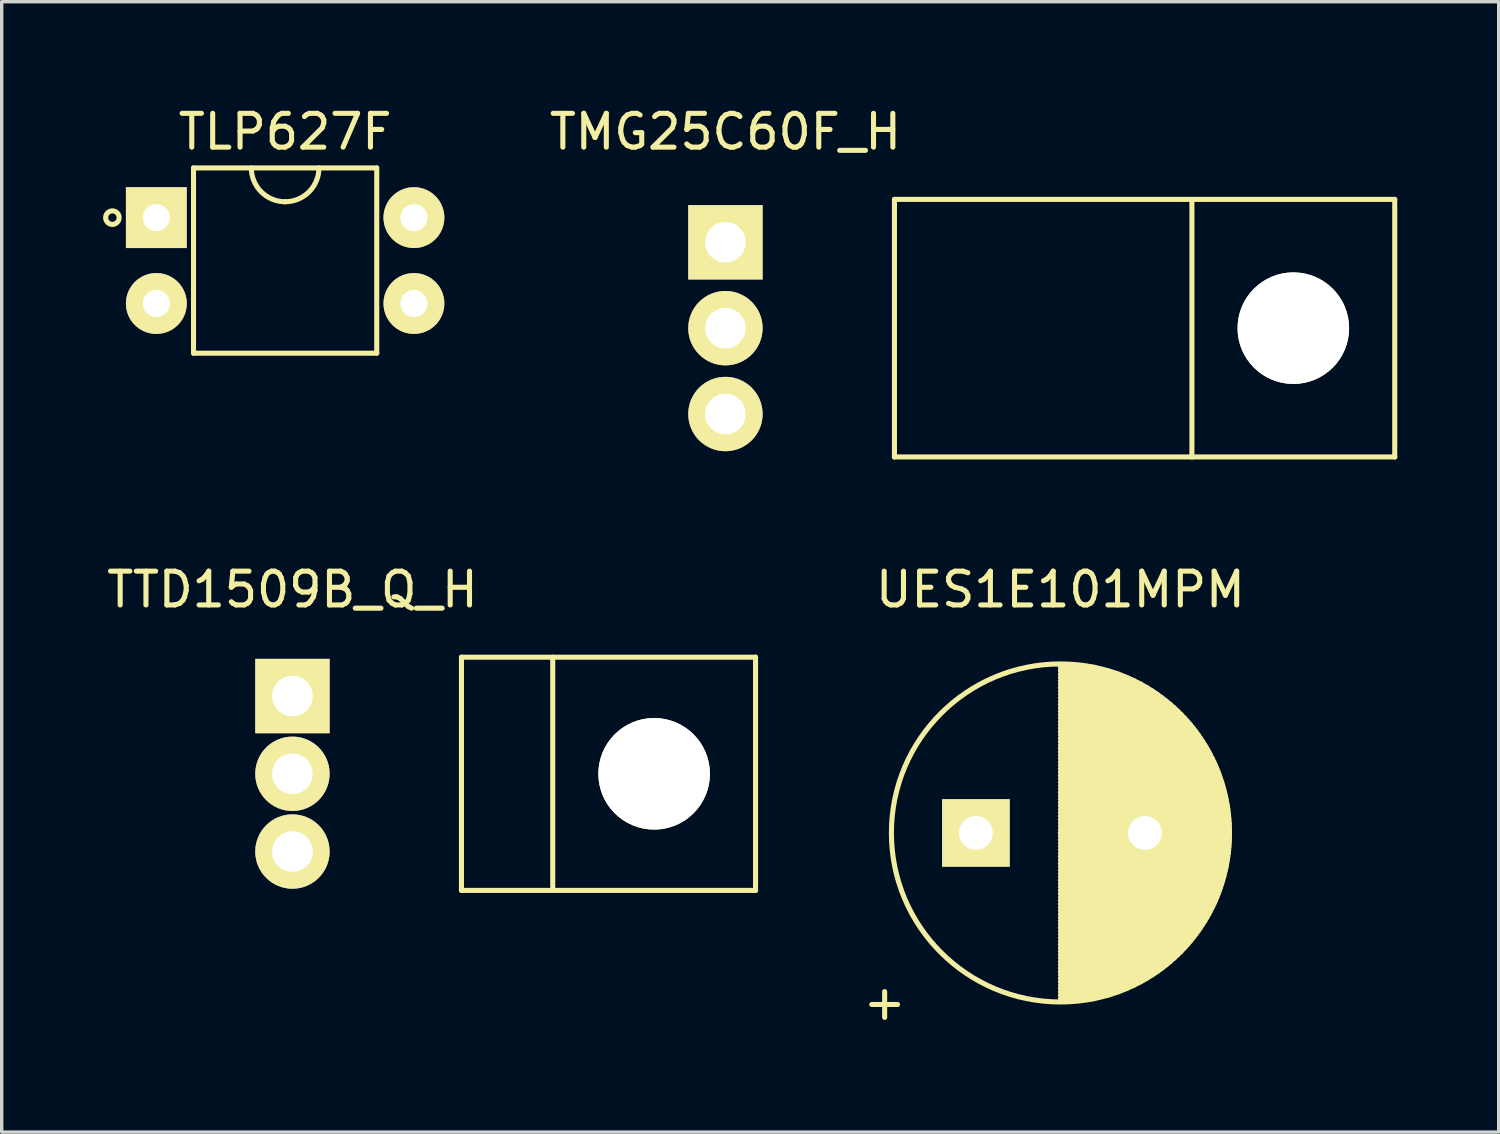
<source format=kicad_pcb>
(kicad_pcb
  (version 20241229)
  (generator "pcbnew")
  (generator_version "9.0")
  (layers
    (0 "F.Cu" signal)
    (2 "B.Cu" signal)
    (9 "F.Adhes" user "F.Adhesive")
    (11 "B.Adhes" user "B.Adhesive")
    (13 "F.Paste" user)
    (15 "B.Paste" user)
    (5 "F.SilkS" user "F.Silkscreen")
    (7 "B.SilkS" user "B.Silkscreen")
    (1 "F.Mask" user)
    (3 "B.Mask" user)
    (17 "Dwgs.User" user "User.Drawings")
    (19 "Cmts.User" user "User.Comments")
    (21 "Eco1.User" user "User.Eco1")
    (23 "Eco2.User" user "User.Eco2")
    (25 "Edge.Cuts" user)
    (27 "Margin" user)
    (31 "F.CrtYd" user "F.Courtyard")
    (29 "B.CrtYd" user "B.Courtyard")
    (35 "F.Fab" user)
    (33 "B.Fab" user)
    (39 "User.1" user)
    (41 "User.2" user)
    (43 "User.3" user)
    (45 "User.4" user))
  (footprint "TLP627F"
    (layer "F.Cu")
    (at 1.575 3.388)
    (property "Reference" "TLP627F" (at 3.81 -2.54 0) (layer "F.SilkS") (effects (font (size 1 1) (thickness 0.15))))
    (attr through_hole)
    (fp_line (start 1.1 -1.47) (end 6.52 -1.47) (stroke (width 0.15) (type solid)) (layer "F.SilkS"))
    (fp_line (start 1.1 4.01) (end 1.1 -1.47) (stroke (width 0.15) (type solid)) (layer "F.SilkS"))
    (fp_line (start 6.52 -1.47) (end 6.52 4.01) (stroke (width 0.15) (type solid)) (layer "F.SilkS"))
    (fp_line (start 6.52 4.01) (end 1.1 4.01) (stroke (width 0.15) (type solid)) (layer "F.SilkS"))
    (fp_arc (start 3.81 -0.47) (mid 3.102893 -0.762893) (end 2.81 -1.47) (stroke (width 0.15) (type solid)) (layer "F.SilkS"))
    (fp_arc (start 4.81 -1.47) (mid 4.517107 -0.762893) (end 3.81 -0.47) (stroke (width 0.15) (type solid)) (layer "F.SilkS"))
    (fp_circle (center -1.3 0) (end -1.3 0.2) (stroke (width 0.15) (type solid)) (fill no) (layer "F.SilkS"))
    (pad "1" thru_hole rect (at 0 0) (size 1.8 1.8) (drill 0.8) (layers "*.Cu" "*.Mask" "F.SilkS"))
    (pad "2" thru_hole circle (at 0 2.54) (size 1.8 1.8) (drill 0.8) (layers "*.Cu" "*.Mask" "F.SilkS"))
    (pad "3" thru_hole circle (at 7.62 2.54) (size 1.8 1.8) (drill 0.8) (layers "*.Cu" "*.Mask" "F.SilkS"))
    (pad "4" thru_hole circle (at 7.62 0) (size 1.8 1.8) (drill 0.8) (layers "*.Cu" "*.Mask" "F.SilkS")))
  (footprint "UES1E101MPM"
    (layer "F.Cu")
    (at 25.82 21.591)
    (property "Reference" "UES1E101MPM" (at 2.5 -7.2 0) (layer "F.SilkS") (effects (font (size 1 1) (thickness 0.15))))
    (attr through_hole)
    (fp_line (start 2.5 -4.9) (end 3.495 -4.9) (stroke (width 0.15) (type solid)) (layer "F.SilkS"))
    (fp_line (start 2.5 -4.8) (end 3.9 -4.8) (stroke (width 0.15) (type solid)) (layer "F.SilkS"))
    (fp_line (start 2.5 -4.7) (end 4.206 -4.7) (stroke (width 0.15) (type solid)) (layer "F.SilkS"))
    (fp_line (start 2.5 -4.6) (end 4.46 -4.6) (stroke (width 0.15) (type solid)) (layer "F.SilkS"))
    (fp_line (start 2.5 -4.5) (end 4.679 -4.5) (stroke (width 0.15) (type solid)) (layer "F.SilkS"))
    (fp_line (start 2.5 -4.4) (end 4.875 -4.4) (stroke (width 0.15) (type solid)) (layer "F.SilkS"))
    (fp_line (start 2.5 -4.3) (end 5.051 -4.3) (stroke (width 0.15) (type solid)) (layer "F.SilkS"))
    (fp_line (start 2.5 -4.2) (end 5.213 -4.2) (stroke (width 0.15) (type solid)) (layer "F.SilkS"))
    (fp_line (start 2.5 -4.1) (end 5.362 -4.1) (stroke (width 0.15) (type solid)) (layer "F.SilkS"))
    (fp_line (start 2.5 -4) (end 5.5 -4) (stroke (width 0.15) (type solid)) (layer "F.SilkS"))
    (fp_line (start 2.5 -3.9) (end 5.629 -3.9) (stroke (width 0.15) (type solid)) (layer "F.SilkS"))
    (fp_line (start 2.5 -3.8) (end 5.75 -3.8) (stroke (width 0.15) (type solid)) (layer "F.SilkS"))
    (fp_line (start 2.5 -3.7) (end 5.863 -3.7) (stroke (width 0.15) (type solid)) (layer "F.SilkS"))
    (fp_line (start 2.5 -3.6) (end 5.97 -3.6) (stroke (width 0.15) (type solid)) (layer "F.SilkS"))
    (fp_line (start 2.5 -3.5) (end 6.071 -3.5) (stroke (width 0.15) (type solid)) (layer "F.SilkS"))
    (fp_line (start 2.5 -3.4) (end 6.166 -3.4) (stroke (width 0.15) (type solid)) (layer "F.SilkS"))
    (fp_line (start 2.5 -3.3) (end 6.256 -3.3) (stroke (width 0.15) (type solid)) (layer "F.SilkS"))
    (fp_line (start 2.5 -3.2) (end 6.342 -3.2) (stroke (width 0.15) (type solid)) (layer "F.SilkS"))
    (fp_line (start 2.5 -3.1) (end 6.423 -3.1) (stroke (width 0.15) (type solid)) (layer "F.SilkS"))
    (fp_line (start 2.5 -3) (end 6.5 -3) (stroke (width 0.15) (type solid)) (layer "F.SilkS"))
    (fp_line (start 2.5 -2.9) (end 6.573 -2.9) (stroke (width 0.15) (type solid)) (layer "F.SilkS"))
    (fp_line (start 2.5 -2.8) (end 6.642 -2.8) (stroke (width 0.15) (type solid)) (layer "F.SilkS"))
    (fp_line (start 2.5 -2.7) (end 6.708 -2.7) (stroke (width 0.15) (type solid)) (layer "F.SilkS"))
    (fp_line (start 2.5 -2.6) (end 6.771 -2.6) (stroke (width 0.15) (type solid)) (layer "F.SilkS"))
    (fp_line (start 2.5 -2.5) (end 6.83 -2.5) (stroke (width 0.15) (type solid)) (layer "F.SilkS"))
    (fp_line (start 2.5 -2.4) (end 6.886 -2.4) (stroke (width 0.15) (type solid)) (layer "F.SilkS"))
    (fp_line (start 2.5 -2.3) (end 6.94 -2.3) (stroke (width 0.15) (type solid)) (layer "F.SilkS"))
    (fp_line (start 2.5 -2.2) (end 6.99 -2.2) (stroke (width 0.15) (type solid)) (layer "F.SilkS"))
    (fp_line (start 2.5 -2.1) (end 7.038 -2.1) (stroke (width 0.15) (type solid)) (layer "F.SilkS"))
    (fp_line (start 2.5 -2) (end 7.083 -2) (stroke (width 0.15) (type solid)) (layer "F.SilkS"))
    (fp_line (start 2.5 -1.9) (end 7.125 -1.9) (stroke (width 0.15) (type solid)) (layer "F.SilkS"))
    (fp_line (start 2.5 -1.8) (end 7.165 -1.8) (stroke (width 0.15) (type solid)) (layer "F.SilkS"))
    (fp_line (start 2.5 -1.7) (end 7.202 -1.7) (stroke (width 0.15) (type solid)) (layer "F.SilkS"))
    (fp_line (start 2.5 -1.6) (end 7.237 -1.6) (stroke (width 0.15) (type solid)) (layer "F.SilkS"))
    (fp_line (start 2.5 -1.5) (end 7.27 -1.5) (stroke (width 0.15) (type solid)) (layer "F.SilkS"))
    (fp_line (start 2.5 -1.4) (end 7.3 -1.4) (stroke (width 0.15) (type solid)) (layer "F.SilkS"))
    (fp_line (start 2.5 -1.3) (end 7.328 -1.3) (stroke (width 0.15) (type solid)) (layer "F.SilkS"))
    (fp_line (start 2.5 -1.2) (end 7.354 -1.2) (stroke (width 0.15) (type solid)) (layer "F.SilkS"))
    (fp_line (start 2.5 -1.1) (end 7.377 -1.1) (stroke (width 0.15) (type solid)) (layer "F.SilkS"))
    (fp_line (start 2.5 -1) (end 7.399 -1) (stroke (width 0.15) (type solid)) (layer "F.SilkS"))
    (fp_line (start 2.5 -0.9) (end 7.418 -0.9) (stroke (width 0.15) (type solid)) (layer "F.SilkS"))
    (fp_line (start 2.5 -0.8) (end 7.436 -0.8) (stroke (width 0.15) (type solid)) (layer "F.SilkS"))
    (fp_line (start 2.5 -0.7) (end 7.451 -0.7) (stroke (width 0.15) (type solid)) (layer "F.SilkS"))
    (fp_line (start 2.5 -0.6) (end 7.464 -0.6) (stroke (width 0.15) (type solid)) (layer "F.SilkS"))
    (fp_line (start 2.5 -0.5) (end 7.475 -0.5) (stroke (width 0.15) (type solid)) (layer "F.SilkS"))
    (fp_line (start 2.5 -0.4) (end 7.484 -0.4) (stroke (width 0.15) (type solid)) (layer "F.SilkS"))
    (fp_line (start 2.5 -0.3) (end 7.491 -0.3) (stroke (width 0.15) (type solid)) (layer "F.SilkS"))
    (fp_line (start 2.5 -0.2) (end 7.496 -0.2) (stroke (width 0.15) (type solid)) (layer "F.SilkS"))
    (fp_line (start 2.5 -0.1) (end 7.499 -0.1) (stroke (width 0.15) (type solid)) (layer "F.SilkS"))
    (fp_line (start 2.5 0) (end 7.5 0) (stroke (width 0.15) (type solid)) (layer "F.SilkS"))
    (fp_line (start 2.5 0) (end 7.5 0) (stroke (width 0.15) (type solid)) (layer "F.SilkS"))
    (fp_line (start 2.5 0.1) (end 7.499 0.1) (stroke (width 0.15) (type solid)) (layer "F.SilkS"))
    (fp_line (start 2.5 0.2) (end 7.496 0.2) (stroke (width 0.15) (type solid)) (layer "F.SilkS"))
    (fp_line (start 2.5 0.3) (end 7.491 0.3) (stroke (width 0.15) (type solid)) (layer "F.SilkS"))
    (fp_line (start 2.5 0.4) (end 7.484 0.4) (stroke (width 0.15) (type solid)) (layer "F.SilkS"))
    (fp_line (start 2.5 0.5) (end 7.475 0.5) (stroke (width 0.15) (type solid)) (layer "F.SilkS"))
    (fp_line (start 2.5 0.6) (end 7.464 0.6) (stroke (width 0.15) (type solid)) (layer "F.SilkS"))
    (fp_line (start 2.5 0.7) (end 7.451 0.7) (stroke (width 0.15) (type solid)) (layer "F.SilkS"))
    (fp_line (start 2.5 0.8) (end 7.436 0.8) (stroke (width 0.15) (type solid)) (layer "F.SilkS"))
    (fp_line (start 2.5 0.9) (end 7.418 0.9) (stroke (width 0.15) (type solid)) (layer "F.SilkS"))
    (fp_line (start 2.5 1) (end 7.399 1) (stroke (width 0.15) (type solid)) (layer "F.SilkS"))
    (fp_line (start 2.5 1.1) (end 7.377 1.1) (stroke (width 0.15) (type solid)) (layer "F.SilkS"))
    (fp_line (start 2.5 1.2) (end 7.354 1.2) (stroke (width 0.15) (type solid)) (layer "F.SilkS"))
    (fp_line (start 2.5 1.3) (end 7.328 1.3) (stroke (width 0.15) (type solid)) (layer "F.SilkS"))
    (fp_line (start 2.5 1.4) (end 7.3 1.4) (stroke (width 0.15) (type solid)) (layer "F.SilkS"))
    (fp_line (start 2.5 1.5) (end 7.27 1.5) (stroke (width 0.15) (type solid)) (layer "F.SilkS"))
    (fp_line (start 2.5 1.6) (end 7.237 1.6) (stroke (width 0.15) (type solid)) (layer "F.SilkS"))
    (fp_line (start 2.5 1.7) (end 7.202 1.7) (stroke (width 0.15) (type solid)) (layer "F.SilkS"))
    (fp_line (start 2.5 1.8) (end 7.165 1.8) (stroke (width 0.15) (type solid)) (layer "F.SilkS"))
    (fp_line (start 2.5 1.9) (end 7.125 1.9) (stroke (width 0.15) (type solid)) (layer "F.SilkS"))
    (fp_line (start 2.5 2) (end 7.083 2) (stroke (width 0.15) (type solid)) (layer "F.SilkS"))
    (fp_line (start 2.5 2.1) (end 7.038 2.1) (stroke (width 0.15) (type solid)) (layer "F.SilkS"))
    (fp_line (start 2.5 2.2) (end 6.99 2.2) (stroke (width 0.15) (type solid)) (layer "F.SilkS"))
    (fp_line (start 2.5 2.3) (end 6.94 2.3) (stroke (width 0.15) (type solid)) (layer "F.SilkS"))
    (fp_line (start 2.5 2.4) (end 6.886 2.4) (stroke (width 0.15) (type solid)) (layer "F.SilkS"))
    (fp_line (start 2.5 2.5) (end 6.83 2.5) (stroke (width 0.15) (type solid)) (layer "F.SilkS"))
    (fp_line (start 2.5 2.6) (end 6.771 2.6) (stroke (width 0.15) (type solid)) (layer "F.SilkS"))
    (fp_line (start 2.5 2.7) (end 6.708 2.7) (stroke (width 0.15) (type solid)) (layer "F.SilkS"))
    (fp_line (start 2.5 2.8) (end 6.642 2.8) (stroke (width 0.15) (type solid)) (layer "F.SilkS"))
    (fp_line (start 2.5 2.9) (end 6.573 2.9) (stroke (width 0.15) (type solid)) (layer "F.SilkS"))
    (fp_line (start 2.5 3) (end 6.5 3) (stroke (width 0.15) (type solid)) (layer "F.SilkS"))
    (fp_line (start 2.5 3.1) (end 6.423 3.1) (stroke (width 0.15) (type solid)) (layer "F.SilkS"))
    (fp_line (start 2.5 3.2) (end 6.342 3.2) (stroke (width 0.15) (type solid)) (layer "F.SilkS"))
    (fp_line (start 2.5 3.3) (end 6.256 3.3) (stroke (width 0.15) (type solid)) (layer "F.SilkS"))
    (fp_line (start 2.5 3.4) (end 6.166 3.4) (stroke (width 0.15) (type solid)) (layer "F.SilkS"))
    (fp_line (start 2.5 3.5) (end 6.071 3.5) (stroke (width 0.15) (type solid)) (layer "F.SilkS"))
    (fp_line (start 2.5 3.6) (end 5.97 3.6) (stroke (width 0.15) (type solid)) (layer "F.SilkS"))
    (fp_line (start 2.5 3.7) (end 5.863 3.7) (stroke (width 0.15) (type solid)) (layer "F.SilkS"))
    (fp_line (start 2.5 3.8) (end 5.75 3.8) (stroke (width 0.15) (type solid)) (layer "F.SilkS"))
    (fp_line (start 2.5 3.9) (end 5.629 3.9) (stroke (width 0.15) (type solid)) (layer "F.SilkS"))
    (fp_line (start 2.5 4) (end 5.5 4) (stroke (width 0.15) (type solid)) (layer "F.SilkS"))
    (fp_line (start 2.5 4.1) (end 5.362 4.1) (stroke (width 0.15) (type solid)) (layer "F.SilkS"))
    (fp_line (start 2.5 4.2) (end 5.213 4.2) (stroke (width 0.15) (type solid)) (layer "F.SilkS"))
    (fp_line (start 2.5 4.3) (end 5.051 4.3) (stroke (width 0.15) (type solid)) (layer "F.SilkS"))
    (fp_line (start 2.5 4.4) (end 4.875 4.4) (stroke (width 0.15) (type solid)) (layer "F.SilkS"))
    (fp_line (start 2.5 4.5) (end 4.679 4.5) (stroke (width 0.15) (type solid)) (layer "F.SilkS"))
    (fp_line (start 2.5 4.6) (end 4.46 4.6) (stroke (width 0.15) (type solid)) (layer "F.SilkS"))
    (fp_line (start 2.5 4.7) (end 4.206 4.7) (stroke (width 0.15) (type solid)) (layer "F.SilkS"))
    (fp_line (start 2.5 4.8) (end 3.9 4.8) (stroke (width 0.15) (type solid)) (layer "F.SilkS"))
    (fp_line (start 2.5 4.9) (end 3.495 4.9) (stroke (width 0.15) (type solid)) (layer "F.SilkS"))
    (fp_circle (center 2.5 0) (end 2.5 -5) (stroke (width 0.15) (type solid)) (fill no) (layer "F.SilkS"))
    (fp_text user "+" (at -2.7 5 0) (layer "F.SilkS") (effects (font (size 1 1) (thickness 0.15))))
    (pad "1" thru_hole rect (at 0 0) (size 2 2) (drill 1) (layers "*.Cu" "*.Mask" "F.SilkS"))
    (pad "2" thru_hole circle (at 5 0) (size 2 2) (drill 1) (layers "*.Cu" "*.Mask" "F.SilkS")))
  (footprint "TTD1509B_Q_H"
    (layer "F.Cu")
    (at 5.601 17.541)
    (property "Reference" "TTD1509B_Q_H" (at 0 -3.15 0) (layer "F.SilkS") (effects (font (size 1 1) (thickness 0.15))))
    (attr through_hole)
    (fp_line (start 5 -1.15) (end 5 5.75) (stroke (width 0.15) (type solid)) (layer "F.SilkS"))
    (fp_line (start 5 -1.15) (end 13.7 -1.15) (stroke (width 0.15) (type solid)) (layer "F.SilkS"))
    (fp_line (start 5 5.75) (end 13.7 5.75) (stroke (width 0.15) (type solid)) (layer "F.SilkS"))
    (fp_line (start 7.7 -1.15) (end 7.7 5.75) (stroke (width 0.15) (type solid)) (layer "F.SilkS"))
    (fp_line (start 13.7 -1.15) (end 13.7 5.75) (stroke (width 0.15) (type solid)) (layer "F.SilkS"))
    (pad "" np_thru_hole circle (at 10.7 2.3) (size 3.3 3.3) (drill 3.3) (layers "*.Cu" "*.Mask" "F.SilkS"))
    (pad "1" thru_hole rect (at 0 0) (size 2.2 2.2) (drill 1.2) (layers "*.Cu" "*.Mask" "F.SilkS"))
    (pad "2" thru_hole circle (at 0 2.3) (size 2.2 2.2) (drill 1.2) (layers "*.Cu" "*.Mask" "F.SilkS"))
    (pad "3" thru_hole circle (at 0 4.6) (size 2.2 2.2) (drill 1.2) (layers "*.Cu" "*.Mask" "F.SilkS")))
  (footprint "TMG25C60F_H"
    (layer "F.Cu")
    (at 18.41 4.118)
    (property "Reference" "TMG25C60F_H" (at 0 -3.27 0) (layer "F.SilkS") (effects (font (size 1 1) (thickness 0.15))))
    (attr through_hole)
    (fp_line (start 5 -1.27) (end 5 6.35) (stroke (width 0.15) (type solid)) (layer "F.SilkS"))
    (fp_line (start 5 -1.27) (end 19.8 -1.27) (stroke (width 0.15) (type solid)) (layer "F.SilkS"))
    (fp_line (start 5 6.35) (end 19.8 6.35) (stroke (width 0.15) (type solid)) (layer "F.SilkS"))
    (fp_line (start 13.8 -1.27) (end 13.8 6.35) (stroke (width 0.15) (type solid)) (layer "F.SilkS"))
    (fp_line (start 19.8 -1.27) (end 19.8 6.35) (stroke (width 0.15) (type solid)) (layer "F.SilkS"))
    (pad "" np_thru_hole circle (at 16.8 2.54) (size 3.3 3.3) (drill 3.3) (layers "*.Cu" "*.Mask" "F.SilkS"))
    (pad "1" thru_hole rect (at 0 0) (size 2.2 2.2) (drill 1.2) (layers "*.Cu" "*.Mask" "F.SilkS"))
    (pad "2" thru_hole circle (at 0 2.54) (size 2.2 2.2) (drill 1.2) (layers "*.Cu" "*.Mask" "F.SilkS"))
    (pad "3" thru_hole circle (at 0 5.08) (size 2.2 2.2) (drill 1.2) (layers "*.Cu" "*.Mask" "F.SilkS")))
  (gr_rect
    (start -3 -3)
    (end 41.285 30.44)
    (stroke (width 0.1) (type default))
    (fill no)
    (layer "Edge.Cuts")))
</source>
